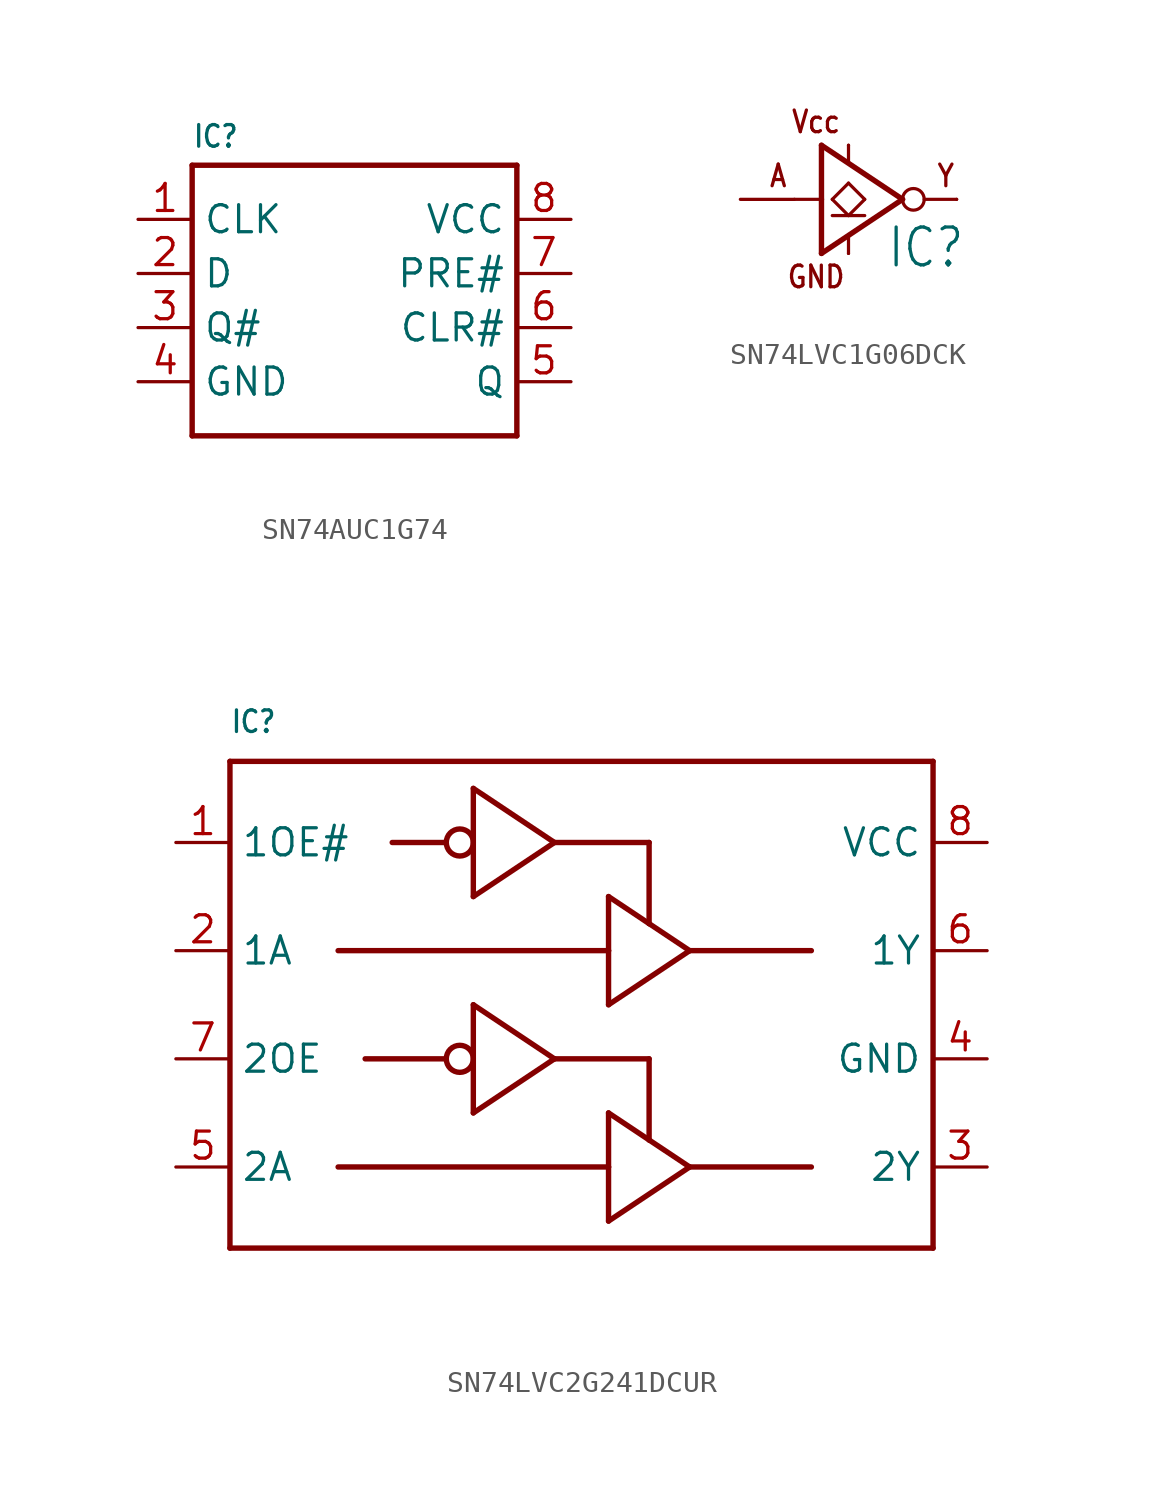
<source format=kicad_sym>
(kicad_symbol_lib
  (version 20231120)
  (generator "kicad_symbol_editor")
  (generator_version "8.0")
  (symbol "SN74AUC1G74"
    (property "Reference" "IC"
      (at -7.62 8.382 0)
      (effects (font (size 1.016 0.864)) (justify left bottom)))
    (property "Value" ""
      (at -7.62 -6.858 0)
      (effects (font (size 1.016 0.864)) (justify left bottom)))
    (property "ki_locked" ""
      (at 0 0 0)
      (effects (font (size 1.27 1.27))))
    (symbol "SN74AUC1G74_1_0"
      (polyline (pts (xy -7.62 -5.08) (xy -7.62 7.62)) (stroke (width 0.254) (type solid)) (fill (type none)))
      (polyline (pts (xy -7.62 7.62) (xy 7.62 7.62)) (stroke (width 0.254) (type solid)) (fill (type none)))
      (polyline (pts (xy 7.62 -5.08) (xy -7.62 -5.08)) (stroke (width 0.254) (type solid)) (fill (type none)))
      (polyline (pts (xy 7.62 7.62) (xy 7.62 -5.08)) (stroke (width 0.254) (type solid)) (fill (type none)))
      (pin bidirectional line (at -10.16 5.08 0) (length 2.54) (name "CLK" (effects (font (size 1.27 1.27)))) (number "1" (effects (font (size 1.27 1.27)))))
      (pin bidirectional line (at -10.16 2.54 0) (length 2.54) (name "D" (effects (font (size 1.27 1.27)))) (number "2" (effects (font (size 1.27 1.27)))))
      (pin bidirectional line (at -10.16 0 0) (length 2.54) (name "Q#" (effects (font (size 1.27 1.27)))) (number "3" (effects (font (size 1.27 1.27)))))
      (pin bidirectional line (at -10.16 -2.54 0) (length 2.54) (name "GND" (effects (font (size 1.27 1.27)))) (number "4" (effects (font (size 1.27 1.27)))))
      (pin bidirectional line (at 10.16 -2.54 180) (length 2.54) (name "Q" (effects (font (size 1.27 1.27)))) (number "5" (effects (font (size 1.27 1.27)))))
      (pin bidirectional line (at 10.16 0 180) (length 2.54) (name "CLR#" (effects (font (size 1.27 1.27)))) (number "6" (effects (font (size 1.27 1.27)))))
      (pin bidirectional line (at 10.16 2.54 180) (length 2.54) (name "PRE#" (effects (font (size 1.27 1.27)))) (number "7" (effects (font (size 1.27 1.27)))))
      (pin bidirectional line (at 10.16 5.08 180) (length 2.54) (name "VCC" (effects (font (size 1.27 1.27)))) (number "8" (effects (font (size 1.27 1.27)))))))
  (symbol "SN74LVC1G06DCK"
    (property "Reference" "IC"
      (at 1.778 -3.302 0)
      (effects (font (size 1.778 1.511)) (justify left bottom)))
    (property "Value" ""
      (at 1.778 -5.334 0)
      (effects (font (size 1.778 1.511)) (justify left bottom)))
    (property "ki_locked" ""
      (at 0 0 0)
      (effects (font (size 1.27 1.27))))
    (symbol "SN74LVC1G06DCK_1_0"
      (polyline (pts (xy -2.54 0) (xy -1.27 0)) (stroke (width 0.152) (type solid)) (fill (type none)))
      (polyline (pts (xy -1.27 -2.54) (xy 2.54 0)) (stroke (width 0.254) (type solid)) (fill (type none)))
      (polyline (pts (xy -1.27 0) (xy -1.27 -2.54)) (stroke (width 0.254) (type solid)) (fill (type none)))
      (polyline (pts (xy -1.27 2.54) (xy -1.27 0)) (stroke (width 0.254) (type solid)) (fill (type none)))
      (polyline (pts (xy -0.762 -0.762) (xy 0.762 -0.762)) (stroke (width 0.152) (type solid)) (fill (type none)))
      (polyline (pts (xy -0.762 0) (xy 0 0.762)) (stroke (width 0.152) (type solid)) (fill (type none)))
      (polyline (pts (xy 0 -1.778) (xy 0 -2.54)) (stroke (width 0.152) (type solid)) (fill (type none)))
      (polyline (pts (xy 0 -0.762) (xy -0.762 0)) (stroke (width 0.152) (type solid)) (fill (type none)))
      (polyline (pts (xy 0 0.762) (xy 0.762 0)) (stroke (width 0.152) (type solid)) (fill (type none)))
      (polyline (pts (xy 0 2.54) (xy 0 1.778)) (stroke (width 0.152) (type solid)) (fill (type none)))
      (polyline (pts (xy 0.762 0) (xy 0 -0.762)) (stroke (width 0.152) (type solid)) (fill (type none)))
      (polyline (pts (xy 2.54 0) (xy -1.27 2.54)) (stroke (width 0.254) (type solid)) (fill (type none)))
      (polyline (pts (xy 3.556 0) (xy 5.08 0)) (stroke (width 0.152) (type solid)) (fill (type none)))
      (circle (center 3.048 0) (radius 0.508) (stroke (width 0.152) (type solid)) (fill (type none)))
      (text "A" (at -3.302 0.508 0) (effects (font (size 1.016 0.864)) (justify bottom)))
      (text "GND" (at -1.524 -3.048 0) (effects (font (size 1.016 0.864)) (justify top)))
      (text "Vcc" (at -1.524 3.048 0) (effects (font (size 1.016 0.864)) (justify bottom)))
      (text "Y" (at 4.572 0.508 0) (effects (font (size 1.016 0.864)) (justify bottom)))
      (pin bidirectional line (at -5.08 0 0) (length 2.54) (name "A" (effects (font (size 0 0)))) (number "2" (effects (font (size 0 0)))))
      (pin bidirectional line (at 0 -2.54 0) (length 0) (name "GND" (effects (font (size 0 0)))) (number "3" (effects (font (size 0 0)))))
      (pin bidirectional line (at 5.08 0 180) (length 0) (name "Y" (effects (font (size 0 0)))) (number "4" (effects (font (size 0 0)))))
      (pin bidirectional line (at 0 2.54 0) (length 0) (name "VCC" (effects (font (size 0 0)))) (number "5" (effects (font (size 0 0)))))))
  (symbol "SN74LVC2G241DCUR"
    (property "Reference" "IC"
      (at -17.78 12.7 0)
      (effects (font (size 1.016 0.864)) (justify left bottom)))
    (property "Value" ""
      (at -17.78 -13.97 0)
      (effects (font (size 1.016 0.864)) (justify left bottom)))
    (property "ki_locked" ""
      (at 0 0 0)
      (effects (font (size 1.27 1.27))))
    (symbol "SN74LVC2G241DCUR_1_0"
      (circle (center -6.985 -2.54) (radius 0.635) (stroke (width 0.254) (type solid)) (fill (type none)))
      (circle (center -6.985 7.62) (radius 0.635) (stroke (width 0.254) (type solid)) (fill (type none)))
      (polyline (pts (xy -17.78 -11.43) (xy -17.78 11.43)) (stroke (width 0.254) (type solid)) (fill (type none)))
      (polyline (pts (xy -17.78 11.43) (xy 15.24 11.43)) (stroke (width 0.254) (type solid)) (fill (type none)))
      (polyline (pts (xy -7.62 -2.54) (xy -11.43 -2.54)) (stroke (width 0.254) (type solid)) (fill (type none)))
      (polyline (pts (xy -7.62 7.62) (xy -10.16 7.62)) (stroke (width 0.254) (type solid)) (fill (type none)))
      (polyline (pts (xy -6.35 -5.08) (xy -2.54 -2.54)) (stroke (width 0.254) (type solid)) (fill (type none)))
      (polyline (pts (xy -6.35 0) (xy -6.35 -5.08)) (stroke (width 0.254) (type solid)) (fill (type none)))
      (polyline (pts (xy -6.35 5.08) (xy -2.54 7.62)) (stroke (width 0.254) (type solid)) (fill (type none)))
      (polyline (pts (xy -6.35 10.16) (xy -6.35 5.08)) (stroke (width 0.254) (type solid)) (fill (type none)))
      (polyline (pts (xy -2.54 -2.54) (xy -6.35 0)) (stroke (width 0.254) (type solid)) (fill (type none)))
      (polyline (pts (xy -2.54 -2.54) (xy 1.905 -2.54)) (stroke (width 0.254) (type solid)) (fill (type none)))
      (polyline (pts (xy -2.54 7.62) (xy -6.35 10.16)) (stroke (width 0.254) (type solid)) (fill (type none)))
      (polyline (pts (xy -2.54 7.62) (xy 1.905 7.62)) (stroke (width 0.254) (type solid)) (fill (type none)))
      (polyline (pts (xy 0 -10.16) (xy 3.81 -7.62)) (stroke (width 0.254) (type solid)) (fill (type none)))
      (polyline (pts (xy 0 -7.62) (xy -12.7 -7.62)) (stroke (width 0.254) (type solid)) (fill (type none)))
      (polyline (pts (xy 0 -7.62) (xy 0 -10.16)) (stroke (width 0.254) (type solid)) (fill (type none)))
      (polyline (pts (xy 0 -5.08) (xy 0 -7.62)) (stroke (width 0.254) (type solid)) (fill (type none)))
      (polyline (pts (xy 0 0) (xy 3.81 2.54)) (stroke (width 0.254) (type solid)) (fill (type none)))
      (polyline (pts (xy 0 2.54) (xy -12.7 2.54)) (stroke (width 0.254) (type solid)) (fill (type none)))
      (polyline (pts (xy 0 2.54) (xy 0 0)) (stroke (width 0.254) (type solid)) (fill (type none)))
      (polyline (pts (xy 0 5.08) (xy 0 2.54)) (stroke (width 0.254) (type solid)) (fill (type none)))
      (polyline (pts (xy 1.905 -6.35) (xy 0 -5.08)) (stroke (width 0.254) (type solid)) (fill (type none)))
      (polyline (pts (xy 1.905 -2.54) (xy 1.905 -6.35)) (stroke (width 0.254) (type solid)) (fill (type none)))
      (polyline (pts (xy 1.905 3.81) (xy 0 5.08)) (stroke (width 0.254) (type solid)) (fill (type none)))
      (polyline (pts (xy 1.905 7.62) (xy 1.905 3.81)) (stroke (width 0.254) (type solid)) (fill (type none)))
      (polyline (pts (xy 3.81 -7.62) (xy 1.905 -6.35)) (stroke (width 0.254) (type solid)) (fill (type none)))
      (polyline (pts (xy 3.81 -7.62) (xy 9.525 -7.62)) (stroke (width 0.254) (type solid)) (fill (type none)))
      (polyline (pts (xy 3.81 2.54) (xy 1.905 3.81)) (stroke (width 0.254) (type solid)) (fill (type none)))
      (polyline (pts (xy 3.81 2.54) (xy 9.525 2.54)) (stroke (width 0.254) (type solid)) (fill (type none)))
      (polyline (pts (xy 15.24 -11.43) (xy -17.78 -11.43)) (stroke (width 0.254) (type solid)) (fill (type none)))
      (polyline (pts (xy 15.24 11.43) (xy 15.24 -11.43)) (stroke (width 0.254) (type solid)) (fill (type none)))
      (pin bidirectional line (at -20.32 7.62 0) (length 2.54) (name "1OE#" (effects (font (size 1.27 1.27)))) (number "1" (effects (font (size 1.27 1.27)))))
      (pin bidirectional line (at -20.32 2.54 0) (length 2.54) (name "1A" (effects (font (size 1.27 1.27)))) (number "2" (effects (font (size 1.27 1.27)))))
      (pin bidirectional line (at 17.78 -7.62 180) (length 2.54) (name "2Y" (effects (font (size 1.27 1.27)))) (number "3" (effects (font (size 1.27 1.27)))))
      (pin bidirectional line (at 17.78 -2.54 180) (length 2.54) (name "GND" (effects (font (size 1.27 1.27)))) (number "4" (effects (font (size 1.27 1.27)))))
      (pin bidirectional line (at -20.32 -7.62 0) (length 2.54) (name "2A" (effects (font (size 1.27 1.27)))) (number "5" (effects (font (size 1.27 1.27)))))
      (pin bidirectional line (at 17.78 2.54 180) (length 2.54) (name "1Y" (effects (font (size 1.27 1.27)))) (number "6" (effects (font (size 1.27 1.27)))))
      (pin bidirectional line (at -20.32 -2.54 0) (length 2.54) (name "2OE" (effects (font (size 1.27 1.27)))) (number "7" (effects (font (size 1.27 1.27)))))
      (pin bidirectional line (at 17.78 7.62 180) (length 2.54) (name "VCC" (effects (font (size 1.27 1.27)))) (number "8" (effects (font (size 1.27 1.27))))))))
</source>
